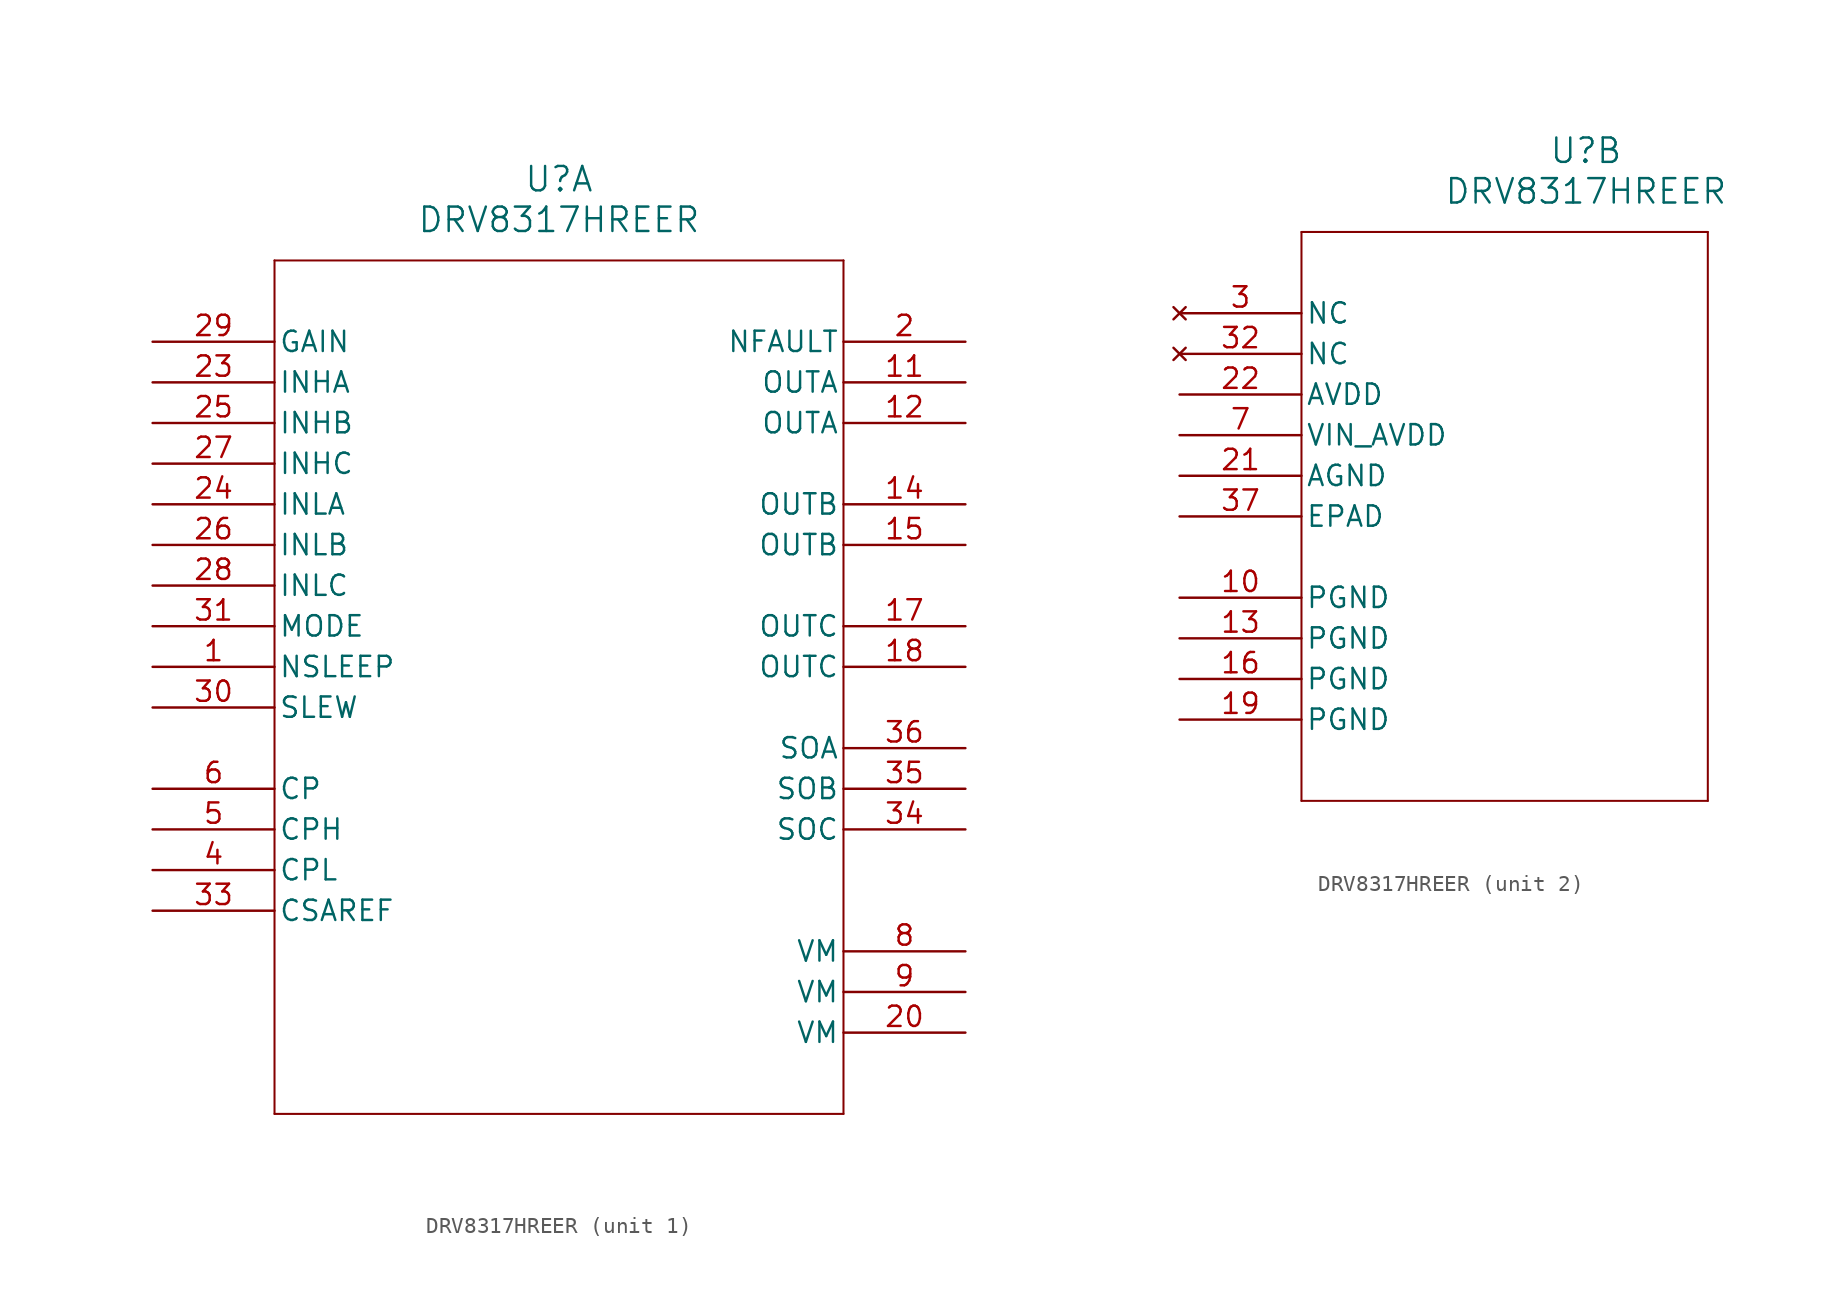
<source format=kicad_sym>
(kicad_symbol_lib
  (version 20211014)
  (generator kicad_symbol_editor)
  (symbol "DRV8317HREER"
    (pin_names
      (offset 0.254))
    (property "Reference" "U"
      (at 25.4 10.16 0)
      (effects (font (size 1.524 1.524))))
    (property "Value" "DRV8317HREER"
      (at 25.4 7.62 0)
      (effects (font (size 1.524 1.524))))
    (symbol "DRV8317HREER_1_1"
      (polyline (pts (xy 7.62 5.08) (xy 7.62 -48.26)) (stroke (width 0.127) (type default) (color 0 0 0 0)) (fill (type none)))
      (polyline (pts (xy 7.62 -48.26) (xy 43.18 -48.26)) (stroke (width 0.127) (type default) (color 0 0 0 0)) (fill (type none)))
      (polyline (pts (xy 43.18 -48.26) (xy 43.18 5.08)) (stroke (width 0.127) (type default) (color 0 0 0 0)) (fill (type none)))
      (polyline (pts (xy 43.18 5.08) (xy 7.62 5.08)) (stroke (width 0.127) (type default) (color 0 0 0 0)) (fill (type none)))
      (pin input line (at 0 -20.32 0) (length 7.62) (name "NSLEEP" (effects (font (size 1.27 1.27)))) (number "1" (effects (font (size 1.27 1.27)))))
      (pin output line (at 50.8 0 180) (length 7.62) (name "NFAULT" (effects (font (size 1.27 1.27)))) (number "2" (effects (font (size 1.27 1.27)))))
      (pin unspecified line (at 0 -33.02 0) (length 7.62) (name "CPL" (effects (font (size 1.27 1.27)))) (number "4" (effects (font (size 1.27 1.27)))))
      (pin unspecified line (at 0 -30.48 0) (length 7.62) (name "CPH" (effects (font (size 1.27 1.27)))) (number "5" (effects (font (size 1.27 1.27)))))
      (pin unspecified line (at 0 -27.94 0) (length 7.62) (name "CP" (effects (font (size 1.27 1.27)))) (number "6" (effects (font (size 1.27 1.27)))))
      (pin unspecified line (at 50.8 -38.1 180) (length 7.62) (name "VM" (effects (font (size 1.27 1.27)))) (number "8" (effects (font (size 1.27 1.27)))))
      (pin unspecified line (at 50.8 -40.64 180) (length 7.62) (name "VM" (effects (font (size 1.27 1.27)))) (number "9" (effects (font (size 1.27 1.27)))))
      (pin output line (at 50.8 -2.54 180) (length 7.62) (name "OUTA" (effects (font (size 1.27 1.27)))) (number "11" (effects (font (size 1.27 1.27)))))
      (pin output line (at 50.8 -5.08 180) (length 7.62) (name "OUTA" (effects (font (size 1.27 1.27)))) (number "12" (effects (font (size 1.27 1.27)))))
      (pin output line (at 50.8 -10.16 180) (length 7.62) (name "OUTB" (effects (font (size 1.27 1.27)))) (number "14" (effects (font (size 1.27 1.27)))))
      (pin output line (at 50.8 -12.7 180) (length 7.62) (name "OUTB" (effects (font (size 1.27 1.27)))) (number "15" (effects (font (size 1.27 1.27)))))
      (pin output line (at 50.8 -17.78 180) (length 7.62) (name "OUTC" (effects (font (size 1.27 1.27)))) (number "17" (effects (font (size 1.27 1.27)))))
      (pin output line (at 50.8 -20.32 180) (length 7.62) (name "OUTC" (effects (font (size 1.27 1.27)))) (number "18" (effects (font (size 1.27 1.27)))))
      (pin unspecified line (at 50.8 -43.18 180) (length 7.62) (name "VM" (effects (font (size 1.27 1.27)))) (number "20" (effects (font (size 1.27 1.27)))))
      (pin input line (at 0 -2.54 0) (length 7.62) (name "INHA" (effects (font (size 1.27 1.27)))) (number "23" (effects (font (size 1.27 1.27)))))
      (pin input line (at 0 -10.16 0) (length 7.62) (name "INLA" (effects (font (size 1.27 1.27)))) (number "24" (effects (font (size 1.27 1.27)))))
      (pin input line (at 0 -5.08 0) (length 7.62) (name "INHB" (effects (font (size 1.27 1.27)))) (number "25" (effects (font (size 1.27 1.27)))))
      (pin input line (at 0 -12.7 0) (length 7.62) (name "INLB" (effects (font (size 1.27 1.27)))) (number "26" (effects (font (size 1.27 1.27)))))
      (pin input line (at 0 -7.62 0) (length 7.62) (name "INHC" (effects (font (size 1.27 1.27)))) (number "27" (effects (font (size 1.27 1.27)))))
      (pin input line (at 0 -15.24 0) (length 7.62) (name "INLC" (effects (font (size 1.27 1.27)))) (number "28" (effects (font (size 1.27 1.27)))))
      (pin input line (at 0 0 0) (length 7.62) (name "GAIN" (effects (font (size 1.27 1.27)))) (number "29" (effects (font (size 1.27 1.27)))))
      (pin input line (at 0 -22.86 0) (length 7.62) (name "SLEW" (effects (font (size 1.27 1.27)))) (number "30" (effects (font (size 1.27 1.27)))))
      (pin input line (at 0 -17.78 0) (length 7.62) (name "MODE" (effects (font (size 1.27 1.27)))) (number "31" (effects (font (size 1.27 1.27)))))
      (pin unspecified line (at 0 -35.56 0) (length 7.62) (name "CSAREF" (effects (font (size 1.27 1.27)))) (number "33" (effects (font (size 1.27 1.27)))))
      (pin output line (at 50.8 -30.48 180) (length 7.62) (name "SOC" (effects (font (size 1.27 1.27)))) (number "34" (effects (font (size 1.27 1.27)))))
      (pin output line (at 50.8 -27.94 180) (length 7.62) (name "SOB" (effects (font (size 1.27 1.27)))) (number "35" (effects (font (size 1.27 1.27)))))
      (pin output line (at 50.8 -25.4 180) (length 7.62) (name "SOA" (effects (font (size 1.27 1.27)))) (number "36" (effects (font (size 1.27 1.27))))))
    (symbol "DRV8317HREER_2_1"
      (polyline (pts (xy 7.62 5.08) (xy 7.62 -30.48)) (stroke (width 0.127) (type default) (color 0 0 0 0)) (fill (type none)))
      (polyline (pts (xy 7.62 -30.48) (xy 33.02 -30.48)) (stroke (width 0.127) (type default) (color 0 0 0 0)) (fill (type none)))
      (polyline (pts (xy 33.02 -30.48) (xy 33.02 5.08)) (stroke (width 0.127) (type default) (color 0 0 0 0)) (fill (type none)))
      (polyline (pts (xy 33.02 5.08) (xy 7.62 5.08)) (stroke (width 0.127) (type default) (color 0 0 0 0)) (fill (type none)))
      (pin no_connect line (at 0 0 0) (length 7.62) (name "NC" (effects (font (size 1.27 1.27)))) (number "3" (effects (font (size 1.27 1.27)))))
      (pin unspecified line (at 0 -7.62 0) (length 7.62) (name "VIN_AVDD" (effects (font (size 1.27 1.27)))) (number "7" (effects (font (size 1.27 1.27)))))
      (pin power_out line (at 0 -17.78 0) (length 7.62) (name "PGND" (effects (font (size 1.27 1.27)))) (number "10" (effects (font (size 1.27 1.27)))))
      (pin power_out line (at 0 -20.32 0) (length 7.62) (name "PGND" (effects (font (size 1.27 1.27)))) (number "13" (effects (font (size 1.27 1.27)))))
      (pin power_out line (at 0 -22.86 0) (length 7.62) (name "PGND" (effects (font (size 1.27 1.27)))) (number "16" (effects (font (size 1.27 1.27)))))
      (pin power_out line (at 0 -25.4 0) (length 7.62) (name "PGND" (effects (font (size 1.27 1.27)))) (number "19" (effects (font (size 1.27 1.27)))))
      (pin power_out line (at 0 -10.16 0) (length 7.62) (name "AGND" (effects (font (size 1.27 1.27)))) (number "21" (effects (font (size 1.27 1.27)))))
      (pin unspecified line (at 0 -5.08 0) (length 7.62) (name "AVDD" (effects (font (size 1.27 1.27)))) (number "22" (effects (font (size 1.27 1.27)))))
      (pin no_connect line (at 0 -2.54 0) (length 7.62) (name "NC" (effects (font (size 1.27 1.27)))) (number "32" (effects (font (size 1.27 1.27)))))
      (pin power_out line (at 0 -12.7 0) (length 7.62) (name "EPAD" (effects (font (size 1.27 1.27)))) (number "37" (effects (font (size 1.27 1.27))))))))
</source>
